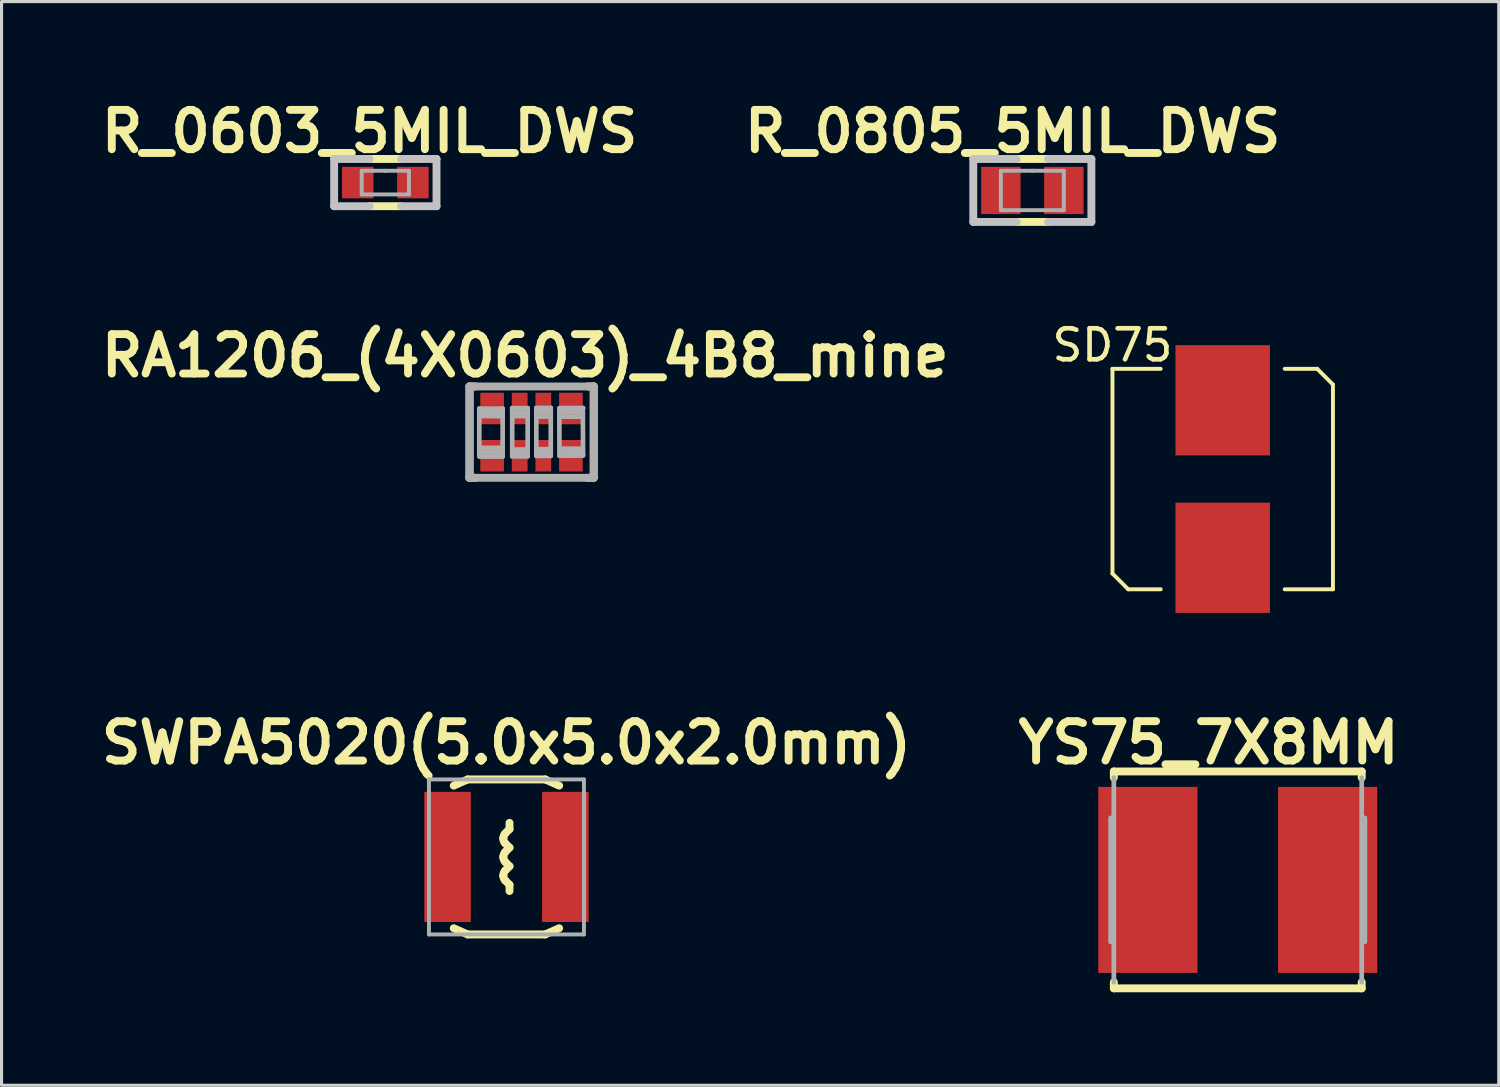
<source format=kicad_pcb>
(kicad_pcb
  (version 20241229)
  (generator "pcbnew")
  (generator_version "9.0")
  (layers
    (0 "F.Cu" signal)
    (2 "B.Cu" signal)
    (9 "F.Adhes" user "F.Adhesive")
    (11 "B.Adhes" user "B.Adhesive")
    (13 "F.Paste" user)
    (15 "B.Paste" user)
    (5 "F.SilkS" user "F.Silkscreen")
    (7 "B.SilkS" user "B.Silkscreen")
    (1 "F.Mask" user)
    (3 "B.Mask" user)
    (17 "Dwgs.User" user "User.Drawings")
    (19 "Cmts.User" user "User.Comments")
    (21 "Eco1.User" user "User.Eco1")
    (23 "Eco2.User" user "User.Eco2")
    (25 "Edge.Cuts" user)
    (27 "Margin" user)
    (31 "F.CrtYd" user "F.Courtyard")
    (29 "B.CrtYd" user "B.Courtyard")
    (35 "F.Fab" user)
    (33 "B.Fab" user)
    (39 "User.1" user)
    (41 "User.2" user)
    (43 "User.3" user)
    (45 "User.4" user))
  (footprint "R_0603_5MIL_DWS"
    (layer "F.Cu")
    (at 9.38 2.84)
    (property "Reference" "R_0603_5MIL_DWS" (at -0.508 -1.651 0) (layer "F.SilkS") (effects (font (size 1.27 1.27) (thickness 0.254))))
    (attr smd)
    (fp_line (start -0.508 -0.762) (end 0.508 -0.762) (stroke (width 0.254) (type solid)) (layer "F.SilkS"))
    (fp_line (start -0.508 0.762) (end 0.508 0.762) (stroke (width 0.254) (type solid)) (layer "F.SilkS"))
    (fp_line (start -1.651 -0.762) (end -1.651 0.762) (stroke (width 0.254) (type solid)) (layer "Dwgs.User"))
    (fp_line (start -1.651 0.762) (end -0.508 0.762) (stroke (width 0.254) (type solid)) (layer "Dwgs.User"))
    (fp_line (start -0.508 -0.762) (end -1.651 -0.762) (stroke (width 0.254) (type solid)) (layer "Dwgs.User"))
    (fp_line (start 0.508 -0.762) (end 1.651 -0.762) (stroke (width 0.254) (type solid)) (layer "Dwgs.User"))
    (fp_line (start 1.651 -0.762) (end 1.651 0.762) (stroke (width 0.254) (type solid)) (layer "Dwgs.User"))
    (fp_line (start 1.651 0.762) (end 0.508 0.762) (stroke (width 0.254) (type solid)) (layer "Dwgs.User"))
    (fp_line (start -0.762 -0.381) (end -0.762 0.381) (stroke (width 0.127) (type solid)) (layer "F.Fab"))
    (fp_line (start -0.762 0.381) (end 0.762 0.381) (stroke (width 0.127) (type solid)) (layer "F.Fab"))
    (fp_line (start 0 -0.381) (end -0.762 -0.381) (stroke (width 0.127) (type solid)) (layer "F.Fab"))
    (fp_line (start 0.762 -0.381) (end 0 -0.381) (stroke (width 0.127) (type solid)) (layer "F.Fab"))
    (fp_line (start 0.762 0.381) (end 0.762 -0.381) (stroke (width 0.127) (type solid)) (layer "F.Fab"))
    (pad "1" smd rect (at -0.889 0) (size 1.016 1.016) (layers "F.Cu" "F.Mask" "F.Paste"))
    (pad "2" smd rect (at 0.889 0) (size 1.016 1.016) (layers "F.Cu" "F.Mask" "F.Paste")))
  (footprint "YS75_7X8MM"
    (layer "F.Cu")
    (at 36.878 25.334)
    (property "Reference" "YS75_7X8MM" (at -0.942 -4.425 0) (layer "F.SilkS") (effects (font (size 1.27 1.27) (thickness 0.254))))
    (attr smd)
    (fp_line (start -3.998 -3.498) (end -3.998 -3.299) (stroke (width 0.254) (type solid)) (layer "F.SilkS"))
    (fp_line (start -3.998 3.299) (end -3.998 3.498) (stroke (width 0.254) (type solid)) (layer "F.SilkS"))
    (fp_line (start -3.998 3.498) (end 3.998 3.498) (stroke (width 0.254) (type solid)) (layer "F.SilkS"))
    (fp_line (start 3.998 -3.498) (end -3.998 -3.498) (stroke (width 0.254) (type solid)) (layer "F.SilkS"))
    (fp_line (start 3.998 -3.299) (end 3.998 -3.498) (stroke (width 0.254) (type solid)) (layer "F.SilkS"))
    (fp_line (start 3.998 3.498) (end 3.998 3.299) (stroke (width 0.254) (type solid)) (layer "F.SilkS"))
    (fp_line (start -4.1 -1.999) (end -4.1 1.999) (stroke (width 0.152) (type solid)) (layer "F.Fab"))
    (fp_line (start -3.998 -3.299) (end -3.998 3.299) (stroke (width 0.152) (type solid)) (layer "F.Fab"))
    (fp_line (start 3.998 -3.299) (end 3.998 3.299) (stroke (width 0.152) (type solid)) (layer "F.Fab"))
    (fp_line (start 4.1 -1.999) (end 4.1 1.999) (stroke (width 0.152) (type solid)) (layer "F.Fab"))
    (pad "1" smd rect (at -2.9 0) (size 3.2 6) (layers "F.Cu" "F.Mask" "F.Paste"))
    (pad "2" smd rect (at 2.9 0) (size 3.2 6) (layers "F.Cu" "F.Mask" "F.Paste")))
  (footprint "SD75"
    (layer "F.Cu")
    (at 36.392 12.403)
    (property "Reference" "SD75" (at -3.556 -4.318 0) (layer "F.SilkS") (effects (font (size 1 1) (thickness 0.15))))
    (attr smd)
    (fp_line (start -3.556 -3.556) (end -3.556 3.048) (stroke (width 0.127) (type solid)) (layer "F.SilkS"))
    (fp_line (start -3.556 3.048) (end -3.048 3.556) (stroke (width 0.127) (type solid)) (layer "F.SilkS"))
    (fp_line (start -3.048 3.556) (end -2 3.556) (stroke (width 0.127) (type solid)) (layer "F.SilkS"))
    (fp_line (start -2 -3.556) (end -3.556 -3.556) (stroke (width 0.127) (type solid)) (layer "F.SilkS"))
    (fp_line (start 2 3.556) (end 3.556 3.556) (stroke (width 0.127) (type solid)) (layer "F.SilkS"))
    (fp_line (start 3.048 -3.556) (end 2 -3.556) (stroke (width 0.127) (type solid)) (layer "F.SilkS"))
    (fp_line (start 3.556 -3.048) (end 3.048 -3.556) (stroke (width 0.127) (type solid)) (layer "F.SilkS"))
    (fp_line (start 3.556 3.556) (end 3.556 -3.048) (stroke (width 0.127) (type solid)) (layer "F.SilkS"))
    (pad "1" smd rect (at 0 -2.54) (size 3.048 3.556) (layers "F.Cu" "F.Mask" "F.Paste"))
    (pad "2" smd rect (at 0 2.54) (size 3.048 3.556) (layers "F.Cu" "F.Mask" "F.Paste")))
  (footprint "RA1206_(4X0603)_4B8_mine"
    (layer "F.Cu")
    (at 14.095 10.889)
    (property "Reference" "RA1206_(4X0603)_4B8_mine" (at -0.203 -2.464 0) (layer "F.SilkS") (effects (font (size 1.27 1.27) (thickness 0.254))))
    (attr smd)
    (fp_line (start -2.007 1.473) (end -1.791 1.473) (stroke (width 0.254) (type solid)) (layer "F.SilkS"))
    (fp_line (start -1.994 -1.473) (end -1.994 1.473) (stroke (width 0.254) (type solid)) (layer "F.SilkS"))
    (fp_line (start -1.981 -1.473) (end -1.803 -1.473) (stroke (width 0.254) (type solid)) (layer "F.SilkS"))
    (fp_line (start 1.816 -1.473) (end 2.007 -1.473) (stroke (width 0.254) (type solid)) (layer "F.SilkS"))
    (fp_line (start 2.007 -1.473) (end 2.007 1.473) (stroke (width 0.254) (type solid)) (layer "F.SilkS"))
    (fp_line (start 2.007 1.473) (end 1.791 1.473) (stroke (width 0.254) (type solid)) (layer "F.SilkS"))
    (fp_line (start -2.007 -1.473) (end -2.007 1.473) (stroke (width 0.254) (type solid)) (layer "F.Fab"))
    (fp_line (start -2.007 -1.473) (end 2.007 -1.473) (stroke (width 0.254) (type solid)) (layer "F.Fab"))
    (fp_line (start -2.007 1.473) (end 1.943 1.473) (stroke (width 0.254) (type solid)) (layer "F.Fab"))
    (fp_line (start -1.684 -0.762) (end -1.684 0.79) (stroke (width 0.15) (type solid)) (layer "F.Fab"))
    (fp_line (start -1.679 -0.757) (end -0.932 -0.757) (stroke (width 0.15) (type solid)) (layer "F.Fab"))
    (fp_line (start -1.643 -0.518) (end -1.029 -0.513) (stroke (width 0.15) (type solid)) (layer "F.Fab"))
    (fp_line (start -1.615 0.655) (end -1.008 0.653) (stroke (width 0.15) (type solid)) (layer "F.Fab"))
    (fp_line (start -0.98 0.508) (end -1.618 0.508) (stroke (width 0.15) (type solid)) (layer "F.Fab"))
    (fp_line (start -0.94 -0.622) (end -1.638 -0.622) (stroke (width 0.15) (type solid)) (layer "F.Fab"))
    (fp_line (start -0.93 -0.762) (end -0.93 0.79) (stroke (width 0.15) (type solid)) (layer "F.Fab"))
    (fp_line (start -0.93 0.79) (end -1.638 0.79) (stroke (width 0.15) (type solid)) (layer "F.Fab"))
    (fp_line (start -0.627 -0.772) (end -0.122 -0.772) (stroke (width 0.15) (type solid)) (layer "F.Fab"))
    (fp_line (start -0.622 0.782) (end -0.622 -0.777) (stroke (width 0.15) (type solid)) (layer "F.Fab"))
    (fp_line (start -0.602 -0.632) (end -0.213 -0.63) (stroke (width 0.15) (type solid)) (layer "F.Fab"))
    (fp_line (start -0.589 0.561) (end -0.18 0.561) (stroke (width 0.15) (type solid)) (layer "F.Fab"))
    (fp_line (start -0.582 -0.518) (end -0.185 -0.518) (stroke (width 0.15) (type solid)) (layer "F.Fab"))
    (fp_line (start -0.582 0.645) (end -0.239 0.645) (stroke (width 0.15) (type solid)) (layer "F.Fab"))
    (fp_line (start -0.124 0.782) (end -0.622 0.782) (stroke (width 0.15) (type solid)) (layer "F.Fab"))
    (fp_line (start -0.122 -0.777) (end -0.124 0.782) (stroke (width 0.15) (type solid)) (layer "F.Fab"))
    (fp_line (start 0.155 -0.78) (end 0.625 -0.78) (stroke (width 0.15) (type solid)) (layer "F.Fab"))
    (fp_line (start 0.155 0.767) (end 0.155 -0.777) (stroke (width 0.15) (type solid)) (layer "F.Fab"))
    (fp_line (start 0.163 -0.503) (end 0.594 -0.503) (stroke (width 0.15) (type solid)) (layer "F.Fab"))
    (fp_line (start 0.165 0.551) (end 0.584 0.551) (stroke (width 0.15) (type solid)) (layer "F.Fab"))
    (fp_line (start 0.175 0.66) (end 0.554 0.663) (stroke (width 0.15) (type solid)) (layer "F.Fab"))
    (fp_line (start 0.185 -0.645) (end 0.551 -0.645) (stroke (width 0.15) (type solid)) (layer "F.Fab"))
    (fp_line (start 0.622 -0.782) (end 0.622 0.767) (stroke (width 0.15) (type solid)) (layer "F.Fab"))
    (fp_line (start 0.622 0.767) (end 0.155 0.767) (stroke (width 0.15) (type solid)) (layer "F.Fab"))
    (fp_line (start 0.902 0.762) (end 0.897 -0.767) (stroke (width 0.15) (type solid)) (layer "F.Fab"))
    (fp_line (start 0.907 -0.777) (end 1.669 -0.777) (stroke (width 0.15) (type solid)) (layer "F.Fab"))
    (fp_line (start 0.953 0.533) (end 1.608 0.533) (stroke (width 0.15) (type solid)) (layer "F.Fab"))
    (fp_line (start 0.958 -0.498) (end 1.6 -0.498) (stroke (width 0.15) (type solid)) (layer "F.Fab"))
    (fp_line (start 0.993 -0.64) (end 1.575 -0.64) (stroke (width 0.15) (type solid)) (layer "F.Fab"))
    (fp_line (start 1.638 0.648) (end 1.008 0.655) (stroke (width 0.15) (type solid)) (layer "F.Fab"))
    (fp_line (start 1.656 -0.777) (end 1.664 0.742) (stroke (width 0.15) (type solid)) (layer "F.Fab"))
    (fp_line (start 1.664 0.757) (end 0.902 0.762) (stroke (width 0.15) (type solid)) (layer "F.Fab"))
    (fp_line (start 2.007 -1.473) (end 2.007 1.46) (stroke (width 0.254) (type solid)) (layer "F.Fab"))
    (pad "1" smd rect (at -1.27 0.762) (size 0.762 1.016) (layers "F.Cu" "F.Mask" "F.Paste"))
    (pad "2" smd rect (at -0.381 0.762) (size 0.508 1.016) (layers "F.Cu" "F.Mask" "F.Paste"))
    (pad "3" smd rect (at 0.381 0.762) (size 0.508 1.016) (layers "F.Cu" "F.Mask" "F.Paste"))
    (pad "4" smd rect (at 1.27 0.762) (size 0.762 1.016) (layers "F.Cu" "F.Mask" "F.Paste"))
    (pad "5" smd rect (at 1.27 -0.762) (size 0.762 1.016) (layers "F.Cu" "F.Mask" "F.Paste"))
    (pad "6" smd rect (at 0.381 -0.762) (size 0.508 1.016) (layers "F.Cu" "F.Mask" "F.Paste"))
    (pad "7" smd rect (at -0.381 -0.762) (size 0.508 1.016) (layers "F.Cu" "F.Mask" "F.Paste"))
    (pad "8" smd rect (at -1.27 -0.762) (size 0.762 1.016) (layers "F.Cu" "F.Mask" "F.Paste")))
  (footprint "R_0805_5MIL_DWS"
    (layer "F.Cu")
    (at 30.251 3.094)
    (property "Reference" "R_0805_5MIL_DWS" (at -0.635 -1.905 0) (layer "F.SilkS") (effects (font (size 1.27 1.27) (thickness 0.254))))
    (attr smd)
    (fp_line (start -0.508 -1.016) (end 0.508 -1.016) (stroke (width 0.254) (type solid)) (layer "F.SilkS"))
    (fp_line (start -0.508 1.016) (end 0.508 1.016) (stroke (width 0.254) (type solid)) (layer "F.SilkS"))
    (fp_line (start -1.905 -1.016) (end -1.905 1.016) (stroke (width 0.254) (type solid)) (layer "Dwgs.User"))
    (fp_line (start -0.508 -1.016) (end -1.905 -1.016) (stroke (width 0.254) (type solid)) (layer "Dwgs.User"))
    (fp_line (start -0.508 1.016) (end -1.905 1.016) (stroke (width 0.254) (type solid)) (layer "Dwgs.User"))
    (fp_line (start 1.905 -1.016) (end 0.508 -1.016) (stroke (width 0.254) (type solid)) (layer "Dwgs.User"))
    (fp_line (start 1.905 -1.016) (end 1.905 1.016) (stroke (width 0.254) (type solid)) (layer "Dwgs.User"))
    (fp_line (start 1.905 1.016) (end 0.508 1.016) (stroke (width 0.254) (type solid)) (layer "Dwgs.User"))
    (fp_line (start -1.016 -0.635) (end -1.016 0.635) (stroke (width 0.127) (type solid)) (layer "F.Fab"))
    (fp_line (start -1.016 0.635) (end 1.016 0.635) (stroke (width 0.127) (type solid)) (layer "F.Fab"))
    (fp_line (start 0 -0.635) (end -1.016 -0.635) (stroke (width 0.127) (type solid)) (layer "F.Fab"))
    (fp_line (start 1.016 -0.635) (end 0 -0.635) (stroke (width 0.127) (type solid)) (layer "F.Fab"))
    (fp_line (start 1.016 0.635) (end 1.016 -0.635) (stroke (width 0.127) (type solid)) (layer "F.Fab"))
    (pad "1" smd rect (at -1.016 0 90) (size 1.524 1.27) (layers "F.Cu" "F.Mask" "F.Paste"))
    (pad "2" smd rect (at 1.016 0 90) (size 1.524 1.27) (layers "F.Cu" "F.Mask" "F.Paste")))
  (footprint "SWPA5020(5.0x5.0x2.0mm)"
    (layer "F.Cu")
    (at 13.287 24.593)
    (property "Reference" "SWPA5020(5.0x5.0x2.0mm)" (at 0 -3.683 0) (layer "F.SilkS") (effects (font (size 1.27 1.27) (thickness 0.254))))
    (attr smd)
    (fp_line (start -1.25 -2.5) (end -1.7 -2.3) (stroke (width 0.254) (type solid)) (layer "F.SilkS"))
    (fp_line (start -1.25 2.5) (end -1.7 2.3) (stroke (width 0.254) (type solid)) (layer "F.SilkS"))
    (fp_line (start -0.099 -0.582) (end -0.099 -0.615) (stroke (width 0.254) (type solid)) (layer "F.SilkS"))
    (fp_line (start -0.099 0.015) (end -0.099 -0.015) (stroke (width 0.254) (type solid)) (layer "F.SilkS"))
    (fp_line (start -0.099 0.615) (end -0.099 0.582) (stroke (width 0.254) (type solid)) (layer "F.SilkS"))
    (fp_line (start -0.041 -0.757) (end 0.099 -0.899) (stroke (width 0.254) (type solid)) (layer "F.SilkS"))
    (fp_line (start -0.041 -0.157) (end 0.099 -0.3) (stroke (width 0.254) (type solid)) (layer "F.SilkS"))
    (fp_line (start -0.041 0.439) (end 0.099 0.3) (stroke (width 0.254) (type solid)) (layer "F.SilkS"))
    (fp_line (start 0.099 -0.899) (end 0.099 -1.1) (stroke (width 0.254) (type solid)) (layer "F.SilkS"))
    (fp_line (start 0.099 -0.3) (end -0.041 -0.439) (stroke (width 0.254) (type solid)) (layer "F.SilkS"))
    (fp_line (start 0.099 0.3) (end -0.041 0.157) (stroke (width 0.254) (type solid)) (layer "F.SilkS"))
    (fp_line (start 0.099 0.899) (end -0.041 0.757) (stroke (width 0.254) (type solid)) (layer "F.SilkS"))
    (fp_line (start 0.099 1.1) (end 0.099 0.899) (stroke (width 0.254) (type solid)) (layer "F.SilkS"))
    (fp_line (start 1.25 -2.5) (end -1.25 -2.5) (stroke (width 0.254) (type solid)) (layer "F.SilkS"))
    (fp_line (start 1.25 -2.5) (end 1.7 -2.3) (stroke (width 0.254) (type solid)) (layer "F.SilkS"))
    (fp_line (start 1.25 2.5) (end -1.25 2.5) (stroke (width 0.254) (type solid)) (layer "F.SilkS"))
    (fp_line (start 1.25 2.5) (end 1.7 2.3) (stroke (width 0.254) (type solid)) (layer "F.SilkS"))
    (fp_arc (start -0.09906 -0.61468) (mid -0.084045 -0.690337) (end -0.041276 -0.754527) (stroke (width 0.254) (type solid)) (layer "F.SilkS"))
    (fp_arc (start -0.09906 -0.01524) (mid -0.084045 -0.090897) (end -0.041276 -0.155087) (stroke (width 0.254) (type solid)) (layer "F.SilkS"))
    (fp_arc (start -0.09906 0.58166) (mid -0.084045 0.506003) (end -0.041276 0.441813) (stroke (width 0.254) (type solid)) (layer "F.SilkS"))
    (fp_arc (start -0.04064 -0.43942) (mid -0.084371 -0.503548) (end -0.100298 -0.579516) (stroke (width 0.254) (type solid)) (layer "F.SilkS"))
    (fp_arc (start -0.04064 0.15748) (mid -0.084371 0.093352) (end -0.100298 0.017384) (stroke (width 0.254) (type solid)) (layer "F.SilkS"))
    (fp_arc (start -0.04064 0.75692) (mid -0.084371 0.692792) (end -0.100298 0.616824) (stroke (width 0.254) (type solid)) (layer "F.SilkS"))
    (fp_line (start -2.5 -2.5) (end -2.5 2.5) (stroke (width 0.127) (type solid)) (layer "F.Fab"))
    (fp_line (start -2.5 2.5) (end 2.5 2.5) (stroke (width 0.127) (type solid)) (layer "F.Fab"))
    (fp_line (start -1.25 -2.5) (end -2.5 -2.5) (stroke (width 0.127) (type solid)) (layer "F.Fab"))
    (fp_line (start 1.25 -2.5) (end -1.25 -2.5) (stroke (width 0.127) (type solid)) (layer "F.Fab"))
    (fp_line (start 2.5 -2.5) (end 1.25 -2.5) (stroke (width 0.127) (type solid)) (layer "F.Fab"))
    (fp_line (start 2.5 2.5) (end 2.5 -2.5) (stroke (width 0.127) (type solid)) (layer "F.Fab"))
    (pad "1" smd rect (at -1.9 0 90) (size 4.2 1.5) (layers "F.Cu" "F.Mask" "F.Paste"))
    (pad "2" smd rect (at 1.9 0 90) (size 4.2 1.5) (layers "F.Cu" "F.Mask" "F.Paste")))
  (gr_rect
    (start -3 -3)
    (end 45.297 31.959)
    (stroke (width 0.1) (type default))
    (fill no)
    (layer "Edge.Cuts")))
</source>
